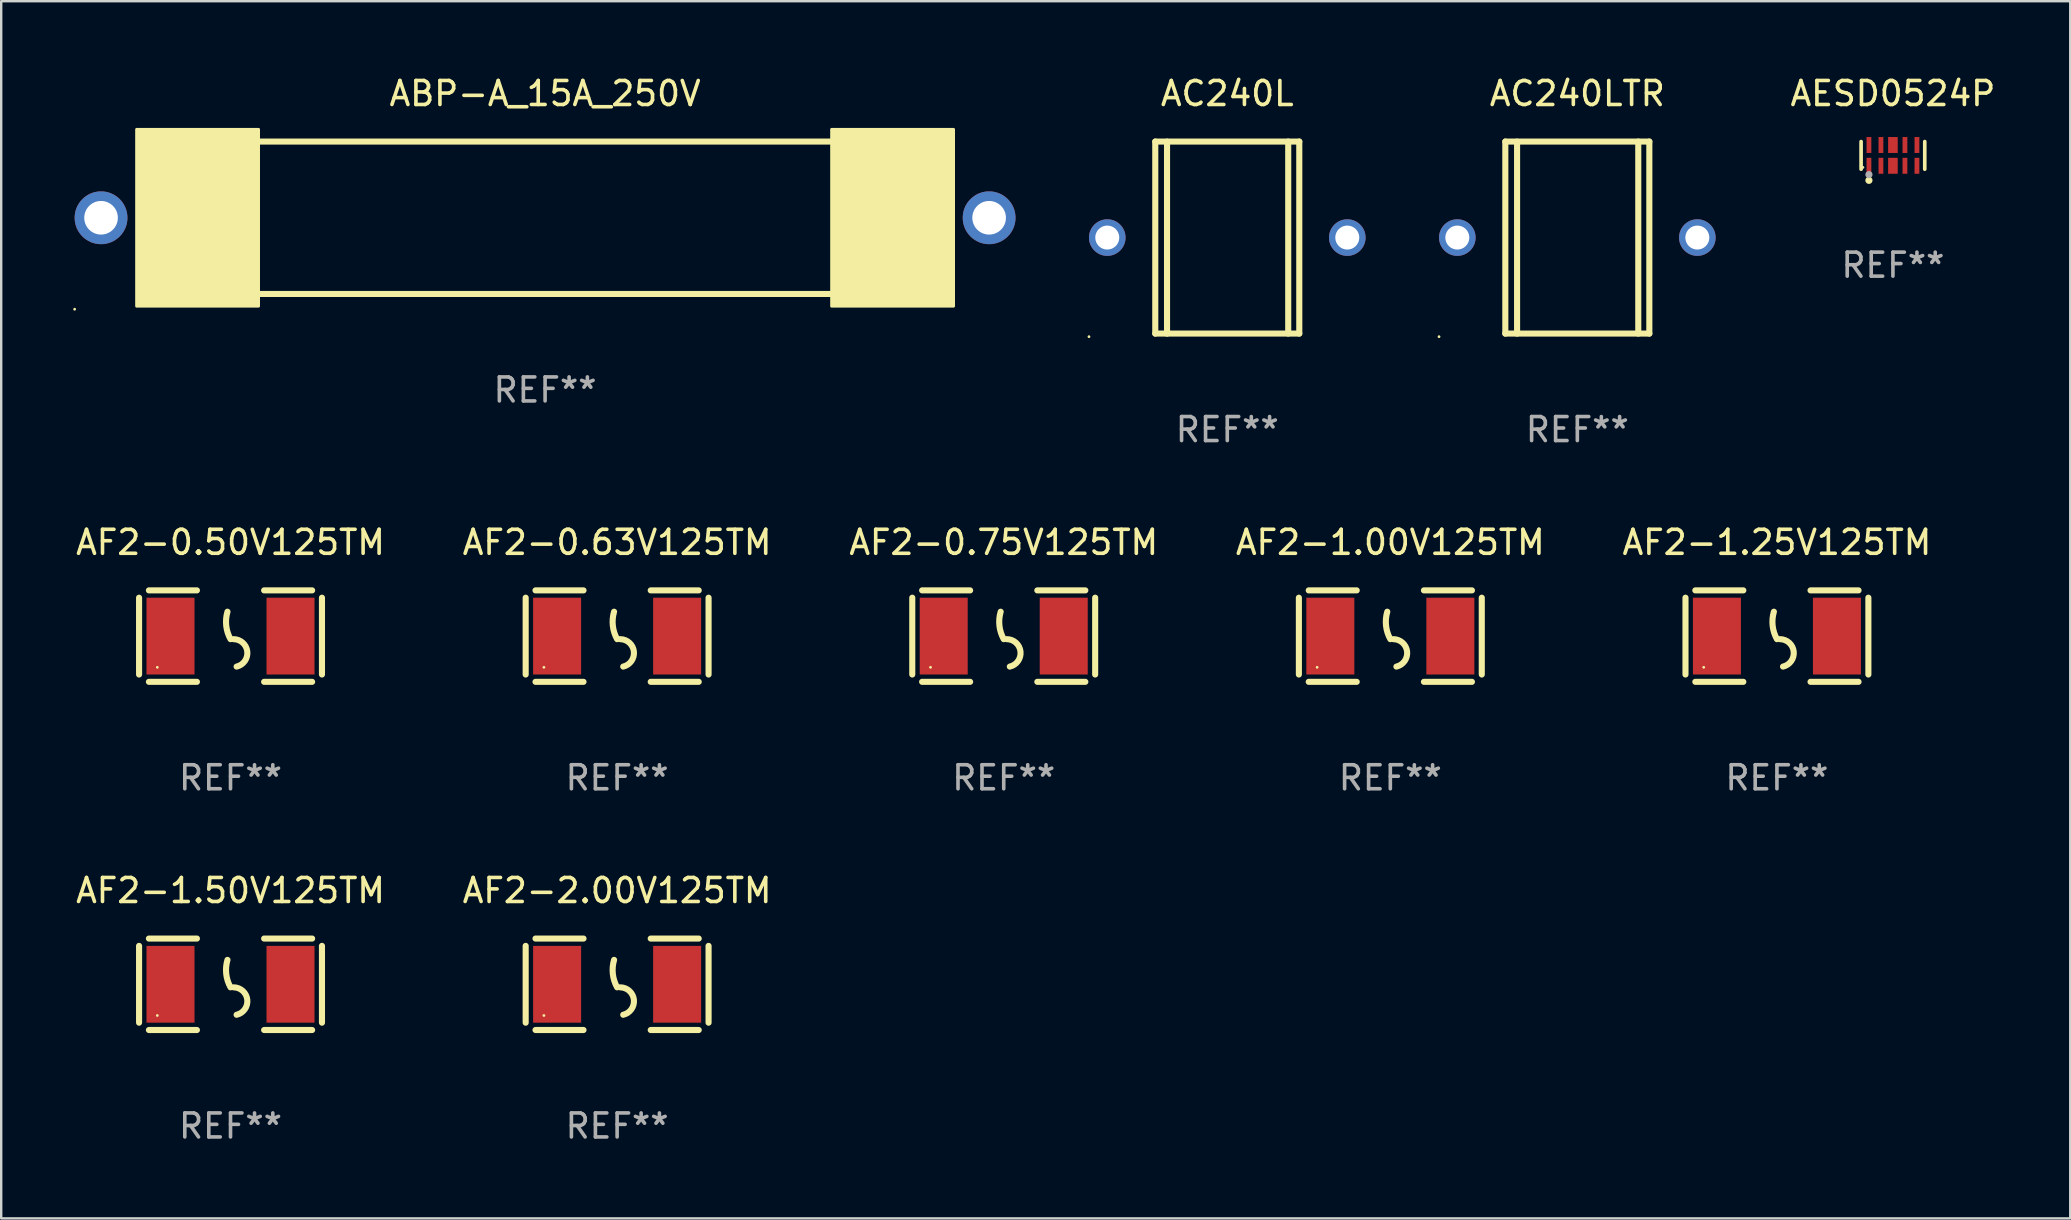
<source format=kicad_pcb>
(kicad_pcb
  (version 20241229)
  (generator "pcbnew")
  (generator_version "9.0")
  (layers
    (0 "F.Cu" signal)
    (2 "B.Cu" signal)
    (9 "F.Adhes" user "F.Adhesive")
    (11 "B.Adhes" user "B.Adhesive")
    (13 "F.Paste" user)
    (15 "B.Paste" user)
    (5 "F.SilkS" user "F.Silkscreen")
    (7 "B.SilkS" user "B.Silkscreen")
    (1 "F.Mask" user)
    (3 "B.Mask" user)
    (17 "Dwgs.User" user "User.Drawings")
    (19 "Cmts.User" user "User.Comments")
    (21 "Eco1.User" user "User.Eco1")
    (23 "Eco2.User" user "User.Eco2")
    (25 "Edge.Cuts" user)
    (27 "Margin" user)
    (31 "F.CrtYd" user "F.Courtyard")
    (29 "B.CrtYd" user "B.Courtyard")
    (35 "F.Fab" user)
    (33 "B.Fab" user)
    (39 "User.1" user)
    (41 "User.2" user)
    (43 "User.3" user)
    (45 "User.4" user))
  (footprint "AF2-0.63V125TM"
    (layer "F.Cu")
    (at 22.661 23.452)
    (property "Reference" "AF2-0.63V125TM" (at 0 -3.905 0) (layer "F.SilkS") (effects (font (size 1 1) (thickness 0.15))))
    (attr through_hole)
    (fp_line (start -3.81 -1.6) (end -3.81 1.6) (stroke (width 0.254) (type solid)) (layer "F.SilkS"))
    (fp_line (start -3.4 -1.905) (end -1.4 -1.905) (stroke (width 0.254) (type solid)) (layer "F.SilkS"))
    (fp_line (start -3.4 1.905) (end -1.4 1.905) (stroke (width 0.254) (type solid)) (layer "F.SilkS"))
    (fp_line (start 1.4 -1.905) (end 3.4 -1.905) (stroke (width 0.254) (type solid)) (layer "F.SilkS"))
    (fp_line (start 1.4 1.905) (end 3.4 1.905) (stroke (width 0.254) (type solid)) (layer "F.SilkS"))
    (fp_line (start 3.81 -1.6) (end 3.81 1.6) (stroke (width 0.254) (type solid)) (layer "F.SilkS"))
    (fp_arc (start 0 0.127) (mid -0.178599 -0.431712) (end -0.127 -1.016002) (stroke (width 0.254001) (type solid)) (layer "F.SilkS"))
    (fp_arc (start 0.126999 0.127) (mid 0.698883 0.642014) (end 0.254001 1.270003) (stroke (width 0.254001) (type solid)) (layer "F.SilkS"))
    (fp_circle (center -3.05 1.3) (end -3.02 1.3) (stroke (width 0.06) (type solid)) (fill no) (layer "F.SilkS"))
    (fp_text user "REF**" (at 0 5.905 0) (layer "F.Fab") (effects (font (size 1 1) (thickness 0.15))))
    (pad "1" smd rect (at -2.5 0) (size 2 3.2) (layers "F.Cu" "F.Mask" "F.Paste"))
    (pad "2" smd rect (at 2.5 0) (size 2 3.2) (layers "F.Cu" "F.Mask" "F.Paste")))
  (footprint "AF2-0.75V125TM"
    (layer "F.Cu")
    (at 38.768 23.452)
    (property "Reference" "AF2-0.75V125TM" (at 0 -3.905 0) (layer "F.SilkS") (effects (font (size 1 1) (thickness 0.15))))
    (attr through_hole)
    (fp_line (start -3.81 -1.6) (end -3.81 1.6) (stroke (width 0.254) (type solid)) (layer "F.SilkS"))
    (fp_line (start -3.4 -1.905) (end -1.4 -1.905) (stroke (width 0.254) (type solid)) (layer "F.SilkS"))
    (fp_line (start -3.4 1.905) (end -1.4 1.905) (stroke (width 0.254) (type solid)) (layer "F.SilkS"))
    (fp_line (start 1.4 -1.905) (end 3.4 -1.905) (stroke (width 0.254) (type solid)) (layer "F.SilkS"))
    (fp_line (start 1.4 1.905) (end 3.4 1.905) (stroke (width 0.254) (type solid)) (layer "F.SilkS"))
    (fp_line (start 3.81 -1.6) (end 3.81 1.6) (stroke (width 0.254) (type solid)) (layer "F.SilkS"))
    (fp_arc (start 0 0.127) (mid -0.178599 -0.431712) (end -0.127 -1.016002) (stroke (width 0.254001) (type solid)) (layer "F.SilkS"))
    (fp_arc (start 0.126999 0.127) (mid 0.698883 0.642014) (end 0.254001 1.270003) (stroke (width 0.254001) (type solid)) (layer "F.SilkS"))
    (fp_circle (center -3.05 1.3) (end -3.02 1.3) (stroke (width 0.06) (type solid)) (fill no) (layer "F.SilkS"))
    (fp_text user "REF**" (at 0 5.905 0) (layer "F.Fab") (effects (font (size 1 1) (thickness 0.15))))
    (pad "1" smd rect (at -2.5 0) (size 2 3.2) (layers "F.Cu" "F.Mask" "F.Paste"))
    (pad "2" smd rect (at 2.5 0) (size 2 3.2) (layers "F.Cu" "F.Mask" "F.Paste")))
  (footprint "AESD0524P"
    (layer "F.Cu")
    (at 75.815 3.424)
    (property "Reference" "AESD0524P" (at 0 -2.576 0) (layer "F.SilkS") (effects (font (size 1 1) (thickness 0.15))))
    (attr through_hole)
    (fp_line (start -1.326 0.576) (end -1.326 -0.576) (stroke (width 0.152) (type solid)) (layer "F.SilkS"))
    (fp_line (start 1.326 0.576) (end 1.326 -0.576) (stroke (width 0.152) (type solid)) (layer "F.SilkS"))
    (fp_circle (center -1.25 0.5) (end -1.22 0.5) (stroke (width 0.06) (type solid)) (fill no) (layer "F.SilkS"))
    (fp_circle (center -1 1.04) (end -0.925 1.04) (stroke (width 0.15) (type solid)) (fill no) (layer "F.SilkS"))
    (fp_circle (center -1 0.8) (end -0.925 0.8) (stroke (width 0.15) (type solid)) (fill no) (layer "F.Fab"))
    (fp_text user "REF**" (at 0 4.576 0) (layer "F.Fab") (effects (font (size 1 1) (thickness 0.15))))
    (pad "1" smd rect (at -1 0.433) (size 0.2 0.665) (layers "F.Cu" "F.Mask" "F.Paste"))
    (pad "2" smd rect (at -0.5 0.433) (size 0.2 0.665) (layers "F.Cu" "F.Mask" "F.Paste"))
    (pad "3" smd rect (at 0 0.433) (size 0.4 0.665) (layers "F.Cu" "F.Mask" "F.Paste"))
    (pad "4" smd rect (at 0.5 0.433) (size 0.2 0.665) (layers "F.Cu" "F.Mask" "F.Paste"))
    (pad "5" smd rect (at 1 0.433) (size 0.2 0.665) (layers "F.Cu" "F.Mask" "F.Paste"))
    (pad "6" smd rect (at 1 -0.433) (size 0.2 0.665) (layers "F.Cu" "F.Mask" "F.Paste"))
    (pad "7" smd rect (at 0.5 -0.433) (size 0.2 0.665) (layers "F.Cu" "F.Mask" "F.Paste"))
    (pad "8" smd rect (at 0 -0.433) (size 0.4 0.665) (layers "F.Cu" "F.Mask" "F.Paste"))
    (pad "9" smd rect (at -0.5 -0.433) (size 0.2 0.665) (layers "F.Cu" "F.Mask" "F.Paste"))
    (pad "10" smd rect (at -1 -0.433) (size 0.2 0.665) (layers "F.Cu" "F.Mask" "F.Paste")))
  (footprint "ABP-A_15A_250V"
    (layer "F.Cu")
    (at 19.66 6.023)
    (property "Reference" "ABP-A_15A_250V" (at 0 -5.175 0) (layer "F.SilkS") (effects (font (size 1 1) (thickness 0.15))))
    (attr through_hole)
    (fp_line (start -11.938 -3.175) (end 11.938 -3.175) (stroke (width 0.254) (type solid)) (layer "F.SilkS"))
    (fp_line (start -11.938 3.175) (end 11.938 3.175) (stroke (width 0.254) (type solid)) (layer "F.SilkS"))
    (fp_circle (center -19.6 3.81) (end -19.57 3.81) (stroke (width 0.06) (type solid)) (fill no) (layer "F.SilkS"))
    (fp_poly (pts (xy -17.018 -3.683) (xy -11.938 -3.683) (xy -11.938 3.683) (xy -17.018 3.683)) (stroke (width 0.12) (type solid)) (fill yes) (layer "F.SilkS"))
    (fp_poly (pts (xy 11.938 -3.683) (xy 17.018 -3.683) (xy 17.018 3.683) (xy 11.938 3.683)) (stroke (width 0.12) (type solid)) (fill yes) (layer "F.SilkS"))
    (fp_text user "REF**" (at 0 7.175 0) (layer "F.Fab") (effects (font (size 1 1) (thickness 0.15))))
    (pad "1" thru_hole circle (at -18.5 0) (size 2.2 2.2) (drill 1.4) (layers "*.Cu" "*.Mask"))
    (pad "2" thru_hole circle (at 18.5 0) (size 2.2 2.2) (drill 1.4) (layers "*.Cu" "*.Mask")))
  (footprint "AF2-0.50V125TM"
    (layer "F.Cu")
    (at 6.554 23.452)
    (property "Reference" "AF2-0.50V125TM" (at 0 -3.905 0) (layer "F.SilkS") (effects (font (size 1 1) (thickness 0.15))))
    (attr through_hole)
    (fp_line (start -3.81 -1.6) (end -3.81 1.6) (stroke (width 0.254) (type solid)) (layer "F.SilkS"))
    (fp_line (start -3.4 -1.905) (end -1.4 -1.905) (stroke (width 0.254) (type solid)) (layer "F.SilkS"))
    (fp_line (start -3.4 1.905) (end -1.4 1.905) (stroke (width 0.254) (type solid)) (layer "F.SilkS"))
    (fp_line (start 1.4 -1.905) (end 3.4 -1.905) (stroke (width 0.254) (type solid)) (layer "F.SilkS"))
    (fp_line (start 1.4 1.905) (end 3.4 1.905) (stroke (width 0.254) (type solid)) (layer "F.SilkS"))
    (fp_line (start 3.81 -1.6) (end 3.81 1.6) (stroke (width 0.254) (type solid)) (layer "F.SilkS"))
    (fp_arc (start 0 0.127) (mid -0.178599 -0.431712) (end -0.127 -1.016002) (stroke (width 0.254001) (type solid)) (layer "F.SilkS"))
    (fp_arc (start 0.126999 0.127) (mid 0.698883 0.642014) (end 0.254001 1.270003) (stroke (width 0.254001) (type solid)) (layer "F.SilkS"))
    (fp_circle (center -3.05 1.3) (end -3.02 1.3) (stroke (width 0.06) (type solid)) (fill no) (layer "F.SilkS"))
    (fp_text user "REF**" (at 0 5.905 0) (layer "F.Fab") (effects (font (size 1 1) (thickness 0.15))))
    (pad "1" smd rect (at -2.5 0) (size 2 3.2) (layers "F.Cu" "F.Mask" "F.Paste"))
    (pad "2" smd rect (at 2.5 0) (size 2 3.2) (layers "F.Cu" "F.Mask" "F.Paste")))
  (footprint "AC240L"
    (layer "F.Cu")
    (at 48.082 6.849)
    (property "Reference" "AC240L" (at 0 -6.001 0) (layer "F.SilkS") (effects (font (size 1 1) (thickness 0.15))))
    (attr through_hole)
    (fp_line (start -3 -4.001) (end -3 3.999) (stroke (width 0.254) (type solid)) (layer "F.SilkS"))
    (fp_line (start -3 -4.001) (end 3 -4.001) (stroke (width 0.254) (type solid)) (layer "F.SilkS"))
    (fp_line (start -2.51 4.001) (end -2.51 -3.999) (stroke (width 0.254) (type solid)) (layer "F.SilkS"))
    (fp_line (start 2.539 3.999) (end 2.539 -4.001) (stroke (width 0.254) (type solid)) (layer "F.SilkS"))
    (fp_line (start 3 3.999) (end -3 3.999) (stroke (width 0.254) (type solid)) (layer "F.SilkS"))
    (fp_line (start 3 3.999) (end 3 -4.001) (stroke (width 0.254) (type solid)) (layer "F.SilkS"))
    (fp_circle (center -5.762 4.128) (end -5.732 4.128) (stroke (width 0.06) (type solid)) (fill no) (layer "F.SilkS"))
    (fp_text user "REF**" (at 0 8.001 0) (layer "F.Fab") (effects (font (size 1 1) (thickness 0.15))))
    (pad "1" thru_hole circle (at -5 -0.001) (size 1.524 1.524) (drill 1) (layers "*.Cu" "*.Mask"))
    (pad "2" thru_hole circle (at 5 -0.001) (size 1.524 1.524) (drill 1) (layers "*.Cu" "*.Mask")))
  (footprint "AF2-1.00V125TM"
    (layer "F.Cu")
    (at 54.875 23.452)
    (property "Reference" "AF2-1.00V125TM" (at 0 -3.905 0) (layer "F.SilkS") (effects (font (size 1 1) (thickness 0.15))))
    (attr through_hole)
    (fp_line (start -3.81 -1.6) (end -3.81 1.6) (stroke (width 0.254) (type solid)) (layer "F.SilkS"))
    (fp_line (start -3.4 -1.905) (end -1.4 -1.905) (stroke (width 0.254) (type solid)) (layer "F.SilkS"))
    (fp_line (start -3.4 1.905) (end -1.4 1.905) (stroke (width 0.254) (type solid)) (layer "F.SilkS"))
    (fp_line (start 1.4 -1.905) (end 3.4 -1.905) (stroke (width 0.254) (type solid)) (layer "F.SilkS"))
    (fp_line (start 1.4 1.905) (end 3.4 1.905) (stroke (width 0.254) (type solid)) (layer "F.SilkS"))
    (fp_line (start 3.81 -1.6) (end 3.81 1.6) (stroke (width 0.254) (type solid)) (layer "F.SilkS"))
    (fp_arc (start 0 0.127) (mid -0.178599 -0.431712) (end -0.127 -1.016002) (stroke (width 0.254001) (type solid)) (layer "F.SilkS"))
    (fp_arc (start 0.126999 0.127) (mid 0.698883 0.642014) (end 0.254001 1.270003) (stroke (width 0.254001) (type solid)) (layer "F.SilkS"))
    (fp_circle (center -3.05 1.3) (end -3.02 1.3) (stroke (width 0.06) (type solid)) (fill no) (layer "F.SilkS"))
    (fp_text user "REF**" (at 0 5.905 0) (layer "F.Fab") (effects (font (size 1 1) (thickness 0.15))))
    (pad "1" smd rect (at -2.5 0) (size 2 3.2) (layers "F.Cu" "F.Mask" "F.Paste"))
    (pad "2" smd rect (at 2.5 0) (size 2 3.2) (layers "F.Cu" "F.Mask" "F.Paste")))
  (footprint "AC240LTR"
    (layer "F.Cu")
    (at 62.666 6.849)
    (property "Reference" "AC240LTR" (at 0 -6.001 0) (layer "F.SilkS") (effects (font (size 1 1) (thickness 0.15))))
    (attr through_hole)
    (fp_line (start -3 -4.001) (end -3 3.999) (stroke (width 0.254) (type solid)) (layer "F.SilkS"))
    (fp_line (start -3 -4.001) (end 3 -4.001) (stroke (width 0.254) (type solid)) (layer "F.SilkS"))
    (fp_line (start -2.51 4.001) (end -2.51 -3.999) (stroke (width 0.254) (type solid)) (layer "F.SilkS"))
    (fp_line (start 2.539 3.999) (end 2.539 -4.001) (stroke (width 0.254) (type solid)) (layer "F.SilkS"))
    (fp_line (start 3 3.999) (end -3 3.999) (stroke (width 0.254) (type solid)) (layer "F.SilkS"))
    (fp_line (start 3 3.999) (end 3 -4.001) (stroke (width 0.254) (type solid)) (layer "F.SilkS"))
    (fp_circle (center -5.762 4.128) (end -5.732 4.128) (stroke (width 0.06) (type solid)) (fill no) (layer "F.SilkS"))
    (fp_text user "REF**" (at 0 8.001 0) (layer "F.Fab") (effects (font (size 1 1) (thickness 0.15))))
    (pad "1" thru_hole circle (at -5 -0.001) (size 1.524 1.524) (drill 1) (layers "*.Cu" "*.Mask"))
    (pad "2" thru_hole circle (at 5 -0.001) (size 1.524 1.524) (drill 1) (layers "*.Cu" "*.Mask")))
  (footprint "AF2-2.00V125TM"
    (layer "F.Cu")
    (at 22.661 37.958)
    (property "Reference" "AF2-2.00V125TM" (at 0 -3.905 0) (layer "F.SilkS") (effects (font (size 1 1) (thickness 0.15))))
    (attr through_hole)
    (fp_line (start -3.81 -1.6) (end -3.81 1.6) (stroke (width 0.254) (type solid)) (layer "F.SilkS"))
    (fp_line (start -3.4 -1.905) (end -1.4 -1.905) (stroke (width 0.254) (type solid)) (layer "F.SilkS"))
    (fp_line (start -3.4 1.905) (end -1.4 1.905) (stroke (width 0.254) (type solid)) (layer "F.SilkS"))
    (fp_line (start 1.4 -1.905) (end 3.4 -1.905) (stroke (width 0.254) (type solid)) (layer "F.SilkS"))
    (fp_line (start 1.4 1.905) (end 3.4 1.905) (stroke (width 0.254) (type solid)) (layer "F.SilkS"))
    (fp_line (start 3.81 -1.6) (end 3.81 1.6) (stroke (width 0.254) (type solid)) (layer "F.SilkS"))
    (fp_arc (start 0 0.127) (mid -0.178599 -0.431712) (end -0.127 -1.016002) (stroke (width 0.254001) (type solid)) (layer "F.SilkS"))
    (fp_arc (start 0.126999 0.127) (mid 0.698883 0.642014) (end 0.254001 1.270003) (stroke (width 0.254001) (type solid)) (layer "F.SilkS"))
    (fp_circle (center -3.05 1.3) (end -3.02 1.3) (stroke (width 0.06) (type solid)) (fill no) (layer "F.SilkS"))
    (fp_text user "REF**" (at 0 5.905 0) (layer "F.Fab") (effects (font (size 1 1) (thickness 0.15))))
    (pad "1" smd rect (at -2.5 0) (size 2 3.2) (layers "F.Cu" "F.Mask" "F.Paste"))
    (pad "2" smd rect (at 2.5 0) (size 2 3.2) (layers "F.Cu" "F.Mask" "F.Paste")))
  (footprint "AF2-1.50V125TM"
    (layer "F.Cu")
    (at 6.554 37.958)
    (property "Reference" "AF2-1.50V125TM" (at 0 -3.905 0) (layer "F.SilkS") (effects (font (size 1 1) (thickness 0.15))))
    (attr through_hole)
    (fp_line (start -3.81 -1.6) (end -3.81 1.6) (stroke (width 0.254) (type solid)) (layer "F.SilkS"))
    (fp_line (start -3.4 -1.905) (end -1.4 -1.905) (stroke (width 0.254) (type solid)) (layer "F.SilkS"))
    (fp_line (start -3.4 1.905) (end -1.4 1.905) (stroke (width 0.254) (type solid)) (layer "F.SilkS"))
    (fp_line (start 1.4 -1.905) (end 3.4 -1.905) (stroke (width 0.254) (type solid)) (layer "F.SilkS"))
    (fp_line (start 1.4 1.905) (end 3.4 1.905) (stroke (width 0.254) (type solid)) (layer "F.SilkS"))
    (fp_line (start 3.81 -1.6) (end 3.81 1.6) (stroke (width 0.254) (type solid)) (layer "F.SilkS"))
    (fp_arc (start 0 0.127) (mid -0.178599 -0.431712) (end -0.127 -1.016002) (stroke (width 0.254001) (type solid)) (layer "F.SilkS"))
    (fp_arc (start 0.126999 0.127) (mid 0.698883 0.642014) (end 0.254001 1.270003) (stroke (width 0.254001) (type solid)) (layer "F.SilkS"))
    (fp_circle (center -3.05 1.3) (end -3.02 1.3) (stroke (width 0.06) (type solid)) (fill no) (layer "F.SilkS"))
    (fp_text user "REF**" (at 0 5.905 0) (layer "F.Fab") (effects (font (size 1 1) (thickness 0.15))))
    (pad "1" smd rect (at -2.5 0) (size 2 3.2) (layers "F.Cu" "F.Mask" "F.Paste"))
    (pad "2" smd rect (at 2.5 0) (size 2 3.2) (layers "F.Cu" "F.Mask" "F.Paste")))
  (footprint "AF2-1.25V125TM"
    (layer "F.Cu")
    (at 70.982 23.452)
    (property "Reference" "AF2-1.25V125TM" (at 0 -3.905 0) (layer "F.SilkS") (effects (font (size 1 1) (thickness 0.15))))
    (attr through_hole)
    (fp_line (start -3.81 -1.6) (end -3.81 1.6) (stroke (width 0.254) (type solid)) (layer "F.SilkS"))
    (fp_line (start -3.4 -1.905) (end -1.4 -1.905) (stroke (width 0.254) (type solid)) (layer "F.SilkS"))
    (fp_line (start -3.4 1.905) (end -1.4 1.905) (stroke (width 0.254) (type solid)) (layer "F.SilkS"))
    (fp_line (start 1.4 -1.905) (end 3.4 -1.905) (stroke (width 0.254) (type solid)) (layer "F.SilkS"))
    (fp_line (start 1.4 1.905) (end 3.4 1.905) (stroke (width 0.254) (type solid)) (layer "F.SilkS"))
    (fp_line (start 3.81 -1.6) (end 3.81 1.6) (stroke (width 0.254) (type solid)) (layer "F.SilkS"))
    (fp_arc (start 0 0.127) (mid -0.178599 -0.431712) (end -0.127 -1.016002) (stroke (width 0.254001) (type solid)) (layer "F.SilkS"))
    (fp_arc (start 0.126999 0.127) (mid 0.698883 0.642014) (end 0.254001 1.270003) (stroke (width 0.254001) (type solid)) (layer "F.SilkS"))
    (fp_circle (center -3.05 1.3) (end -3.02 1.3) (stroke (width 0.06) (type solid)) (fill no) (layer "F.SilkS"))
    (fp_text user "REF**" (at 0 5.905 0) (layer "F.Fab") (effects (font (size 1 1) (thickness 0.15))))
    (pad "1" smd rect (at -2.5 0) (size 2 3.2) (layers "F.Cu" "F.Mask" "F.Paste"))
    (pad "2" smd rect (at 2.5 0) (size 2 3.2) (layers "F.Cu" "F.Mask" "F.Paste")))
  (gr_rect
    (start -3 -3)
    (end 83.202 47.711)
    (stroke (width 0.1) (type default))
    (fill no)
    (layer "Edge.Cuts")))
</source>
